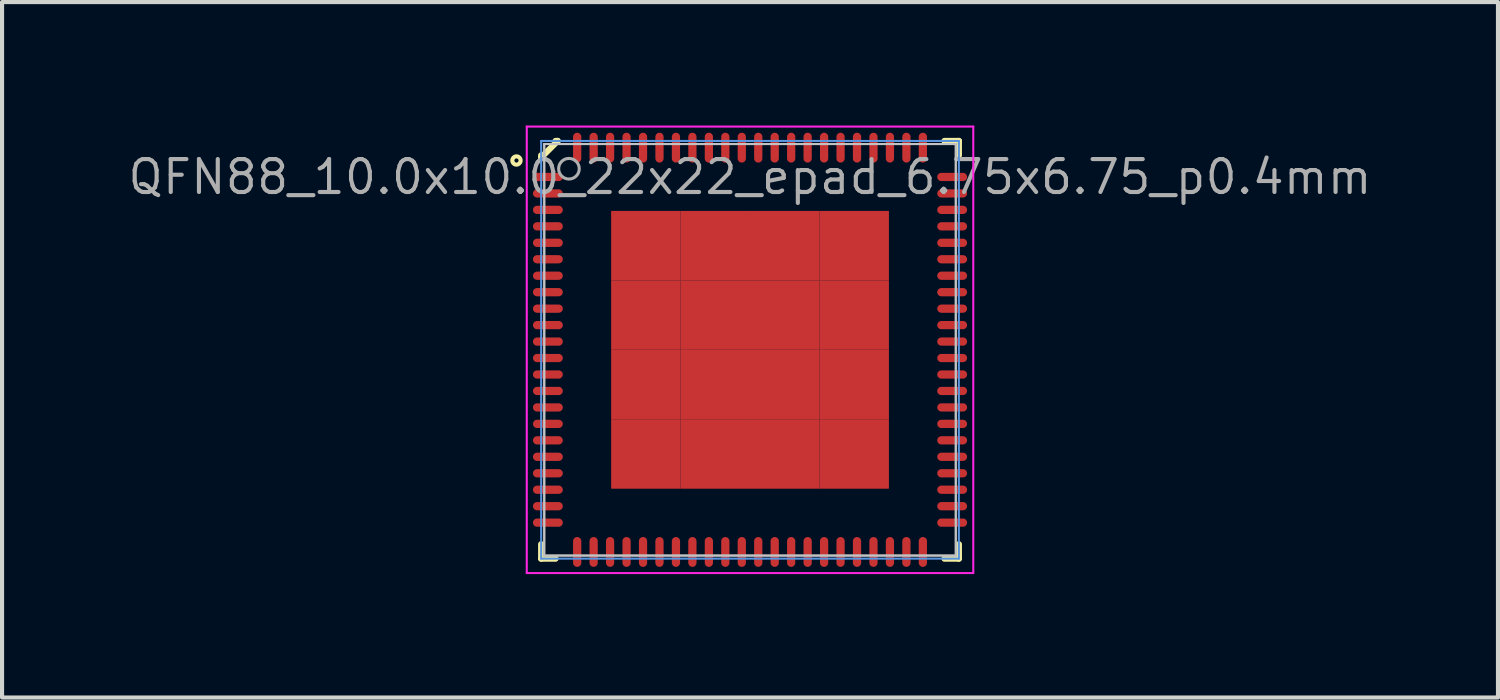
<source format=kicad_pcb>
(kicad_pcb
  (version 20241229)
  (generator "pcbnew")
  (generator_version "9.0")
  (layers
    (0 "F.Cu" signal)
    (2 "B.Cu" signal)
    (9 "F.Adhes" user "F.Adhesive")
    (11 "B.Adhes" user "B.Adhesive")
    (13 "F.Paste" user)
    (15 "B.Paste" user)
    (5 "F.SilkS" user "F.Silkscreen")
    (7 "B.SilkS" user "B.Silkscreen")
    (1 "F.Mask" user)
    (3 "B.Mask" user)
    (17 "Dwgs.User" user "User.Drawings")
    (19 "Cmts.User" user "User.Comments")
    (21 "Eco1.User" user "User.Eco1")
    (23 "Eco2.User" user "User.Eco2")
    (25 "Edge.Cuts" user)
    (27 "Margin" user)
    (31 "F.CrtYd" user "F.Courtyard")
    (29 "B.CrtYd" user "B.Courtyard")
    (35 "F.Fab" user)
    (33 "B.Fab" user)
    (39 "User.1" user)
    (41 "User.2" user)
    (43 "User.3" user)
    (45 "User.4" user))
  (footprint "QFN88_10.0x10.0_22x22_epad_6.75x6.75_p0.4mm"
    (layer "F.Cu")
    (at 15.175 5.45)
    (property "Reference" "QFN88_10.0x10.0_22x22_epad_6.75x6.75_p0.4mm" (at 0 -4.2 0) (layer "F.Fab") (effects (font (size 0.8 0.8) (thickness 0.1))))
    (attr through_hole)
    (fp_line (start -5.075 -4.675) (end -5.075 -4.725) (stroke (width 0.15) (type solid)) (layer "F.SilkS"))
    (fp_line (start -5.075 -4.675) (end -4.675 -5.075) (stroke (width 0.15) (type solid)) (layer "F.SilkS"))
    (fp_line (start -5.075 5.075) (end -5.075 4.725) (stroke (width 0.15) (type solid)) (layer "F.SilkS"))
    (fp_line (start -5.075 5.075) (end -4.725 5.075) (stroke (width 0.15) (type solid)) (layer "F.SilkS"))
    (fp_line (start -4.725 -5.075) (end -4.675 -5.075) (stroke (width 0.15) (type solid)) (layer "F.SilkS"))
    (fp_line (start 5.075 -5.075) (end 4.725 -5.075) (stroke (width 0.15) (type solid)) (layer "F.SilkS"))
    (fp_line (start 5.075 -5.075) (end 5.075 -4.725) (stroke (width 0.15) (type solid)) (layer "F.SilkS"))
    (fp_line (start 5.075 5.075) (end 4.725 5.075) (stroke (width 0.15) (type solid)) (layer "F.SilkS"))
    (fp_line (start 5.075 5.075) (end 5.075 4.725) (stroke (width 0.15) (type solid)) (layer "F.SilkS"))
    (fp_circle (center -5.675 -4.6) (end -5.604 -4.529) (stroke (width 0.1) (type solid)) (fill no) (layer "F.SilkS"))
    (fp_line (start -5 -5) (end -5 5) (stroke (width 0.05) (type solid)) (layer "Dwgs.User"))
    (fp_line (start -5 -5) (end 5 -5) (stroke (width 0.05) (type solid)) (layer "Dwgs.User"))
    (fp_line (start -5 5) (end 5 5) (stroke (width 0.05) (type solid)) (layer "Dwgs.User"))
    (fp_line (start 5 -5) (end 5 5) (stroke (width 0.05) (type solid)) (layer "Dwgs.User"))
    (fp_line (start -5.075 -5.075) (end -5.075 5.075) (stroke (width 0.05) (type solid)) (layer "Cmts.User"))
    (fp_line (start -5.075 -5.075) (end 5.075 -5.075) (stroke (width 0.05) (type solid)) (layer "Cmts.User"))
    (fp_line (start -5.075 5.075) (end 5.075 5.075) (stroke (width 0.05) (type solid)) (layer "Cmts.User"))
    (fp_line (start 5.075 -5.075) (end 5.075 5.075) (stroke (width 0.05) (type solid)) (layer "Cmts.User"))
    (fp_line (start -4.925 -4.925) (end -4.925 4.925) (stroke (width 0.05) (type solid)) (layer "Eco1.User"))
    (fp_line (start -4.925 -4.925) (end 4.925 -4.925) (stroke (width 0.05) (type solid)) (layer "Eco1.User"))
    (fp_line (start -4.925 4.925) (end 4.925 4.925) (stroke (width 0.05) (type solid)) (layer "Eco1.User"))
    (fp_line (start 4.925 -4.925) (end 4.925 4.925) (stroke (width 0.05) (type solid)) (layer "Eco1.User"))
    (fp_line (start -5.425 -5.425) (end -5.425 5.425) (stroke (width 0.05) (type solid)) (layer "F.CrtYd"))
    (fp_line (start -5.425 -5.425) (end 5.425 -5.425) (stroke (width 0.05) (type solid)) (layer "F.CrtYd"))
    (fp_line (start -5.425 5.425) (end 5.425 5.425) (stroke (width 0.05) (type solid)) (layer "F.CrtYd"))
    (fp_line (start 5.425 -5.425) (end 5.425 5.425) (stroke (width 0.05) (type solid)) (layer "F.CrtYd"))
    (fp_line (start -5 -5) (end -5 5) (stroke (width 0.05) (type solid)) (layer "F.Fab"))
    (fp_line (start -5 -5) (end 5 -5) (stroke (width 0.05) (type solid)) (layer "F.Fab"))
    (fp_line (start -5 5) (end 5 5) (stroke (width 0.05) (type solid)) (layer "F.Fab"))
    (fp_line (start 5 -5) (end 5 5) (stroke (width 0.05) (type solid)) (layer "F.Fab"))
    (fp_circle (center -4.4 -4.4) (end -4.223 -4.223) (stroke (width 0.075) (type solid)) (fill no) (layer "F.Fab"))
    (pad "1" smd oval (at -4.912 -4.2 180) (size 0.725 0.2) (layers "F.Cu" "F.Mask" "F.Paste"))
    (pad "2" smd oval (at -4.912 -3.8 180) (size 0.725 0.2) (layers "F.Cu" "F.Mask" "F.Paste"))
    (pad "3" smd oval (at -4.912 -3.4 180) (size 0.725 0.2) (layers "F.Cu" "F.Mask" "F.Paste"))
    (pad "4" smd oval (at -4.912 -3 180) (size 0.725 0.2) (layers "F.Cu" "F.Mask" "F.Paste"))
    (pad "5" smd oval (at -4.912 -2.6 180) (size 0.725 0.2) (layers "F.Cu" "F.Mask" "F.Paste"))
    (pad "6" smd oval (at -4.912 -2.2 180) (size 0.725 0.2) (layers "F.Cu" "F.Mask" "F.Paste"))
    (pad "7" smd oval (at -4.912 -1.8 180) (size 0.725 0.2) (layers "F.Cu" "F.Mask" "F.Paste"))
    (pad "8" smd oval (at -4.912 -1.4 180) (size 0.725 0.2) (layers "F.Cu" "F.Mask" "F.Paste"))
    (pad "9" smd oval (at -4.912 -1 180) (size 0.725 0.2) (layers "F.Cu" "F.Mask" "F.Paste"))
    (pad "10" smd oval (at -4.912 -0.6 180) (size 0.725 0.2) (layers "F.Cu" "F.Mask" "F.Paste"))
    (pad "11" smd oval (at -4.912 -0.2 180) (size 0.725 0.2) (layers "F.Cu" "F.Mask" "F.Paste"))
    (pad "12" smd oval (at -4.912 0.2 180) (size 0.725 0.2) (layers "F.Cu" "F.Mask" "F.Paste"))
    (pad "13" smd oval (at -4.912 0.6 180) (size 0.725 0.2) (layers "F.Cu" "F.Mask" "F.Paste"))
    (pad "14" smd oval (at -4.912 1 180) (size 0.725 0.2) (layers "F.Cu" "F.Mask" "F.Paste"))
    (pad "15" smd oval (at -4.912 1.4 180) (size 0.725 0.2) (layers "F.Cu" "F.Mask" "F.Paste"))
    (pad "16" smd oval (at -4.912 1.8 180) (size 0.725 0.2) (layers "F.Cu" "F.Mask" "F.Paste"))
    (pad "17" smd oval (at -4.912 2.2 180) (size 0.725 0.2) (layers "F.Cu" "F.Mask" "F.Paste"))
    (pad "18" smd oval (at -4.912 2.6 180) (size 0.725 0.2) (layers "F.Cu" "F.Mask" "F.Paste"))
    (pad "19" smd oval (at -4.912 3 180) (size 0.725 0.2) (layers "F.Cu" "F.Mask" "F.Paste"))
    (pad "20" smd oval (at -4.912 3.4 180) (size 0.725 0.2) (layers "F.Cu" "F.Mask" "F.Paste"))
    (pad "21" smd oval (at -4.912 3.8 180) (size 0.725 0.2) (layers "F.Cu" "F.Mask" "F.Paste"))
    (pad "22" smd oval (at -4.912 4.2 180) (size 0.725 0.2) (layers "F.Cu" "F.Mask" "F.Paste"))
    (pad "23" smd oval (at -4.2 4.912 270) (size 0.725 0.2) (layers "F.Cu" "F.Mask" "F.Paste"))
    (pad "24" smd oval (at -3.8 4.912 270) (size 0.725 0.2) (layers "F.Cu" "F.Mask" "F.Paste"))
    (pad "25" smd oval (at -3.4 4.912 270) (size 0.725 0.2) (layers "F.Cu" "F.Mask" "F.Paste"))
    (pad "26" smd oval (at -3 4.912 270) (size 0.725 0.2) (layers "F.Cu" "F.Mask" "F.Paste"))
    (pad "27" smd oval (at -2.6 4.912 270) (size 0.725 0.2) (layers "F.Cu" "F.Mask" "F.Paste"))
    (pad "28" smd oval (at -2.2 4.912 270) (size 0.725 0.2) (layers "F.Cu" "F.Mask" "F.Paste"))
    (pad "29" smd oval (at -1.8 4.912 270) (size 0.725 0.2) (layers "F.Cu" "F.Mask" "F.Paste"))
    (pad "30" smd oval (at -1.4 4.912 270) (size 0.725 0.2) (layers "F.Cu" "F.Mask" "F.Paste"))
    (pad "31" smd oval (at -1 4.912 270) (size 0.725 0.2) (layers "F.Cu" "F.Mask" "F.Paste"))
    (pad "32" smd oval (at -0.6 4.912 270) (size 0.725 0.2) (layers "F.Cu" "F.Mask" "F.Paste"))
    (pad "33" smd oval (at -0.2 4.912 270) (size 0.725 0.2) (layers "F.Cu" "F.Mask" "F.Paste"))
    (pad "34" smd oval (at 0.2 4.912 270) (size 0.725 0.2) (layers "F.Cu" "F.Mask" "F.Paste"))
    (pad "35" smd oval (at 0.6 4.912 270) (size 0.725 0.2) (layers "F.Cu" "F.Mask" "F.Paste"))
    (pad "36" smd oval (at 1 4.912 270) (size 0.725 0.2) (layers "F.Cu" "F.Mask" "F.Paste"))
    (pad "37" smd oval (at 1.4 4.912 270) (size 0.725 0.2) (layers "F.Cu" "F.Mask" "F.Paste"))
    (pad "38" smd oval (at 1.8 4.912 270) (size 0.725 0.2) (layers "F.Cu" "F.Mask" "F.Paste"))
    (pad "39" smd oval (at 2.2 4.912 270) (size 0.725 0.2) (layers "F.Cu" "F.Mask" "F.Paste"))
    (pad "40" smd oval (at 2.6 4.912 270) (size 0.725 0.2) (layers "F.Cu" "F.Mask" "F.Paste"))
    (pad "41" smd oval (at 3 4.912 270) (size 0.725 0.2) (layers "F.Cu" "F.Mask" "F.Paste"))
    (pad "42" smd oval (at 3.4 4.912 270) (size 0.725 0.2) (layers "F.Cu" "F.Mask" "F.Paste"))
    (pad "43" smd oval (at 3.8 4.912 270) (size 0.725 0.2) (layers "F.Cu" "F.Mask" "F.Paste"))
    (pad "44" smd oval (at 4.2 4.912 270) (size 0.725 0.2) (layers "F.Cu" "F.Mask" "F.Paste"))
    (pad "45" smd oval (at 4.912 4.2) (size 0.725 0.2) (layers "F.Cu" "F.Mask" "F.Paste"))
    (pad "46" smd oval (at 4.912 3.8) (size 0.725 0.2) (layers "F.Cu" "F.Mask" "F.Paste"))
    (pad "47" smd oval (at 4.912 3.4) (size 0.725 0.2) (layers "F.Cu" "F.Mask" "F.Paste"))
    (pad "48" smd oval (at 4.912 3) (size 0.725 0.2) (layers "F.Cu" "F.Mask" "F.Paste"))
    (pad "49" smd oval (at 4.912 2.6) (size 0.725 0.2) (layers "F.Cu" "F.Mask" "F.Paste"))
    (pad "50" smd oval (at 4.912 2.2) (size 0.725 0.2) (layers "F.Cu" "F.Mask" "F.Paste"))
    (pad "51" smd oval (at 4.912 1.8) (size 0.725 0.2) (layers "F.Cu" "F.Mask" "F.Paste"))
    (pad "52" smd oval (at 4.912 1.4) (size 0.725 0.2) (layers "F.Cu" "F.Mask" "F.Paste"))
    (pad "53" smd oval (at 4.912 1) (size 0.725 0.2) (layers "F.Cu" "F.Mask" "F.Paste"))
    (pad "54" smd oval (at 4.912 0.6) (size 0.725 0.2) (layers "F.Cu" "F.Mask" "F.Paste"))
    (pad "55" smd oval (at 4.912 0.2) (size 0.725 0.2) (layers "F.Cu" "F.Mask" "F.Paste"))
    (pad "56" smd oval (at 4.912 -0.2) (size 0.725 0.2) (layers "F.Cu" "F.Mask" "F.Paste"))
    (pad "57" smd oval (at 4.912 -0.6) (size 0.725 0.2) (layers "F.Cu" "F.Mask" "F.Paste"))
    (pad "58" smd oval (at 4.912 -1) (size 0.725 0.2) (layers "F.Cu" "F.Mask" "F.Paste"))
    (pad "59" smd oval (at 4.912 -1.4) (size 0.725 0.2) (layers "F.Cu" "F.Mask" "F.Paste"))
    (pad "60" smd oval (at 4.912 -1.8) (size 0.725 0.2) (layers "F.Cu" "F.Mask" "F.Paste"))
    (pad "61" smd oval (at 4.912 -2.2) (size 0.725 0.2) (layers "F.Cu" "F.Mask" "F.Paste"))
    (pad "62" smd oval (at 4.912 -2.6) (size 0.725 0.2) (layers "F.Cu" "F.Mask" "F.Paste"))
    (pad "63" smd oval (at 4.912 -3) (size 0.725 0.2) (layers "F.Cu" "F.Mask" "F.Paste"))
    (pad "64" smd oval (at 4.912 -3.4) (size 0.725 0.2) (layers "F.Cu" "F.Mask" "F.Paste"))
    (pad "65" smd oval (at 4.912 -3.8) (size 0.725 0.2) (layers "F.Cu" "F.Mask" "F.Paste"))
    (pad "66" smd oval (at 4.912 -4.2) (size 0.725 0.2) (layers "F.Cu" "F.Mask" "F.Paste"))
    (pad "67" smd oval (at 4.2 -4.912 90) (size 0.725 0.2) (layers "F.Cu" "F.Mask" "F.Paste"))
    (pad "68" smd oval (at 3.8 -4.912 90) (size 0.725 0.2) (layers "F.Cu" "F.Mask" "F.Paste"))
    (pad "69" smd oval (at 3.4 -4.912 90) (size 0.725 0.2) (layers "F.Cu" "F.Mask" "F.Paste"))
    (pad "70" smd oval (at 3 -4.912 90) (size 0.725 0.2) (layers "F.Cu" "F.Mask" "F.Paste"))
    (pad "71" smd oval (at 2.6 -4.912 90) (size 0.725 0.2) (layers "F.Cu" "F.Mask" "F.Paste"))
    (pad "72" smd oval (at 2.2 -4.912 90) (size 0.725 0.2) (layers "F.Cu" "F.Mask" "F.Paste"))
    (pad "73" smd oval (at 1.8 -4.912 90) (size 0.725 0.2) (layers "F.Cu" "F.Mask" "F.Paste"))
    (pad "74" smd oval (at 1.4 -4.912 90) (size 0.725 0.2) (layers "F.Cu" "F.Mask" "F.Paste"))
    (pad "75" smd oval (at 1 -4.912 90) (size 0.725 0.2) (layers "F.Cu" "F.Mask" "F.Paste"))
    (pad "76" smd oval (at 0.6 -4.912 90) (size 0.725 0.2) (layers "F.Cu" "F.Mask" "F.Paste"))
    (pad "77" smd oval (at 0.2 -4.912 90) (size 0.725 0.2) (layers "F.Cu" "F.Mask" "F.Paste"))
    (pad "78" smd oval (at -0.2 -4.912 90) (size 0.725 0.2) (layers "F.Cu" "F.Mask" "F.Paste"))
    (pad "79" smd oval (at -0.6 -4.912 90) (size 0.725 0.2) (layers "F.Cu" "F.Mask" "F.Paste"))
    (pad "80" smd oval (at -1 -4.912 90) (size 0.725 0.2) (layers "F.Cu" "F.Mask" "F.Paste"))
    (pad "81" smd oval (at -1.4 -4.912 90) (size 0.725 0.2) (layers "F.Cu" "F.Mask" "F.Paste"))
    (pad "82" smd oval (at -1.8 -4.912 90) (size 0.725 0.2) (layers "F.Cu" "F.Mask" "F.Paste"))
    (pad "83" smd oval (at -2.2 -4.912 90) (size 0.725 0.2) (layers "F.Cu" "F.Mask" "F.Paste"))
    (pad "84" smd oval (at -2.6 -4.912 90) (size 0.725 0.2) (layers "F.Cu" "F.Mask" "F.Paste"))
    (pad "85" smd oval (at -3 -4.912 90) (size 0.725 0.2) (layers "F.Cu" "F.Mask" "F.Paste"))
    (pad "86" smd oval (at -3.4 -4.912 90) (size 0.725 0.2) (layers "F.Cu" "F.Mask" "F.Paste"))
    (pad "87" smd oval (at -3.8 -4.912 90) (size 0.725 0.2) (layers "F.Cu" "F.Mask" "F.Paste"))
    (pad "88" smd oval (at -4.2 -4.912 90) (size 0.725 0.2) (layers "F.Cu" "F.Mask" "F.Paste"))
    (pad "89" smd rect (at -2.531 -2.531) (size 1.688 1.688) (layers "F.Cu" "F.Mask" "F.Paste"))
    (pad "89" smd rect (at -2.531 -0.844) (size 1.688 1.688) (layers "F.Cu" "F.Mask" "F.Paste"))
    (pad "89" smd rect (at -2.531 0.844) (size 1.688 1.688) (layers "F.Cu" "F.Mask" "F.Paste"))
    (pad "89" smd rect (at -2.531 2.531) (size 1.688 1.688) (layers "F.Cu" "F.Mask" "F.Paste"))
    (pad "89" smd rect (at -0.844 -2.531) (size 1.688 1.688) (layers "F.Cu" "F.Mask" "F.Paste"))
    (pad "89" smd rect (at -0.844 -0.844) (size 1.688 1.688) (layers "F.Cu" "F.Mask" "F.Paste"))
    (pad "89" smd rect (at -0.844 0.844) (size 1.688 1.688) (layers "F.Cu" "F.Mask" "F.Paste"))
    (pad "89" smd rect (at -0.844 2.531) (size 1.688 1.688) (layers "F.Cu" "F.Mask" "F.Paste"))
    (pad "89" smd rect (at 0.844 -2.531) (size 1.688 1.688) (layers "F.Cu" "F.Mask" "F.Paste"))
    (pad "89" smd rect (at 0.844 -0.844) (size 1.688 1.688) (layers "F.Cu" "F.Mask" "F.Paste"))
    (pad "89" smd rect (at 0.844 0.844) (size 1.688 1.688) (layers "F.Cu" "F.Mask" "F.Paste"))
    (pad "89" smd rect (at 0.844 2.531) (size 1.688 1.688) (layers "F.Cu" "F.Mask" "F.Paste"))
    (pad "89" smd rect (at 2.531 -2.531) (size 1.688 1.688) (layers "F.Cu" "F.Mask" "F.Paste"))
    (pad "89" smd rect (at 2.531 -0.844) (size 1.688 1.688) (layers "F.Cu" "F.Mask" "F.Paste"))
    (pad "89" smd rect (at 2.531 0.844) (size 1.688 1.688) (layers "F.Cu" "F.Mask" "F.Paste"))
    (pad "89" smd rect (at 2.531 2.531) (size 1.688 1.688) (layers "F.Cu" "F.Mask" "F.Paste")))
  (gr_rect
    (start -3 -3)
    (end 33.35 13.9)
    (stroke (width 0.1) (type default))
    (fill no)
    (layer "Edge.Cuts")))
</source>
